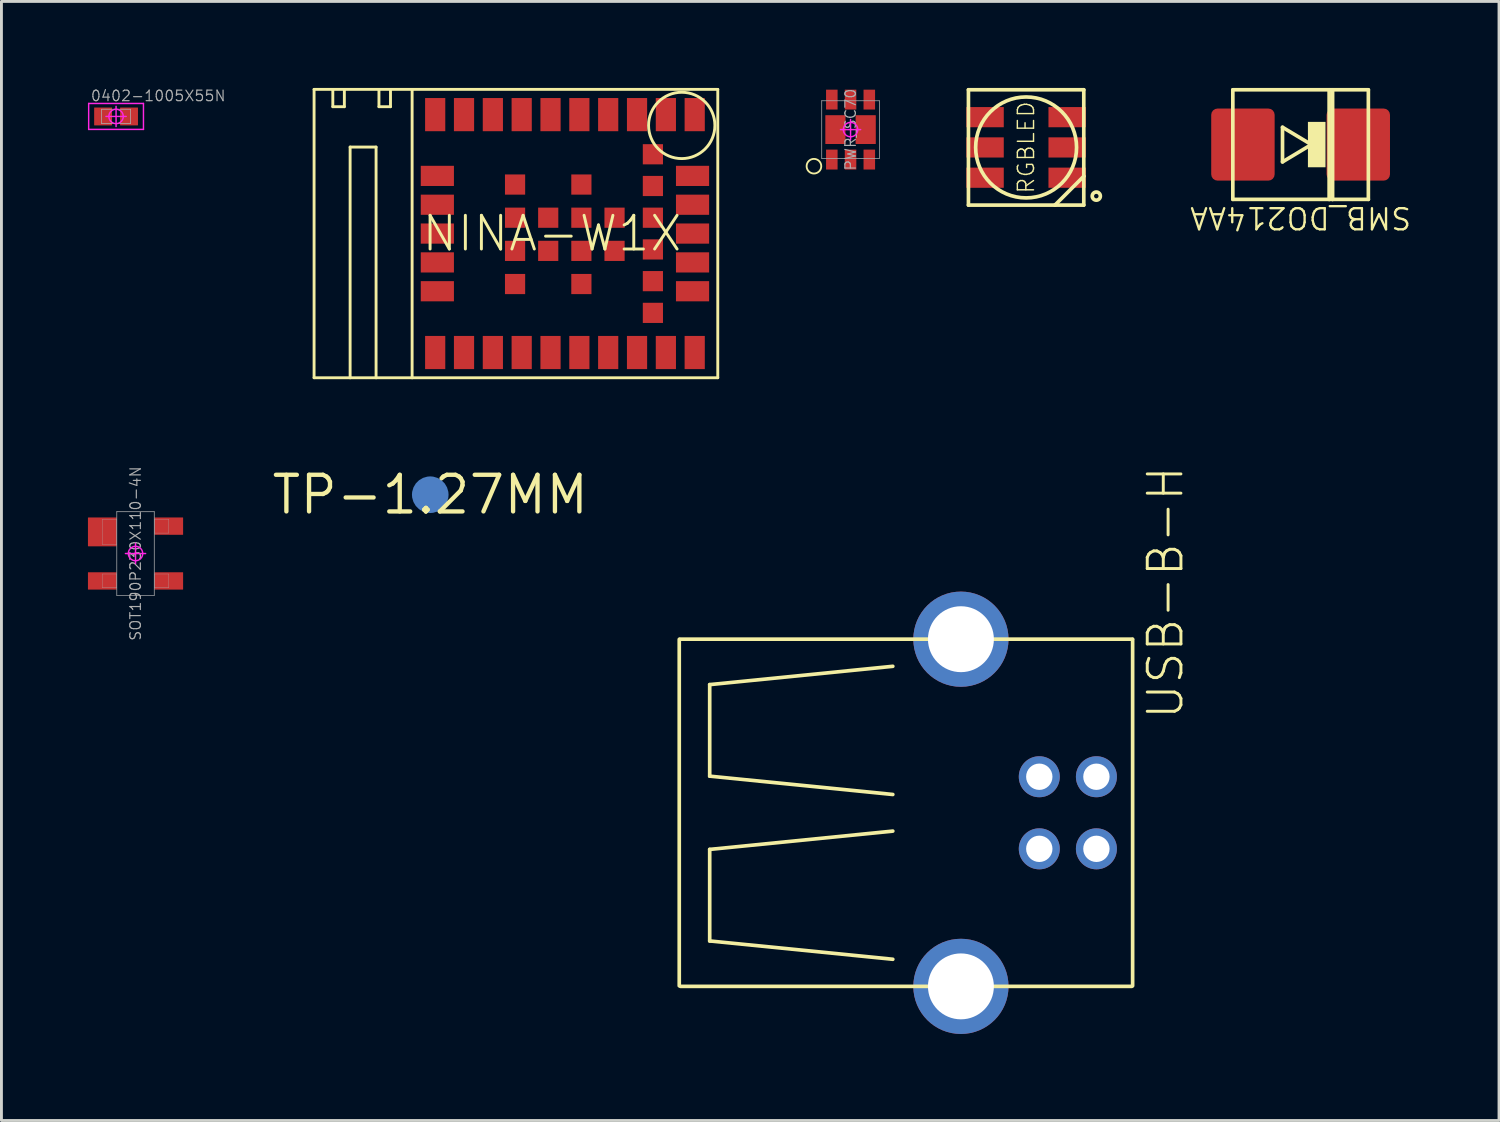
<source format=kicad_pcb>
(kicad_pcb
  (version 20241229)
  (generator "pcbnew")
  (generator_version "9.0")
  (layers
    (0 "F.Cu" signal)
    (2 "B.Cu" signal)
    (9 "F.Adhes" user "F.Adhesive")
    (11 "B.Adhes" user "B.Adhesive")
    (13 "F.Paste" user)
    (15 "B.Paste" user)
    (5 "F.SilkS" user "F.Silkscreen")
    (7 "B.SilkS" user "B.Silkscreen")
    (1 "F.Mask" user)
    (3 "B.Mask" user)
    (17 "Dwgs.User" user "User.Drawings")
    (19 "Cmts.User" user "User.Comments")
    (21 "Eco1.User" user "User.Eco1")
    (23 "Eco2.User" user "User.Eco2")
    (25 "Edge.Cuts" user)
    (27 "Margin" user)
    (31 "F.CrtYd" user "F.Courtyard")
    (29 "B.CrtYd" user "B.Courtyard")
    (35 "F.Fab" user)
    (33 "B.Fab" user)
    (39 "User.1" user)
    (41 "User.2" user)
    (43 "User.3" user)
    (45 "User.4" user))
  (footprint "RGBLED"
    (layer "F.Cu")
    (at 32.535 2.063)
    (property "Reference" "RGBLED" (at 0 0 90) (unlocked yes) (layer "F.SilkS") (effects (font (size 0.561 0.561) (thickness 0.049))))
    (fp_line (start -2 -2) (end 2 -2) (stroke (width 0.127) (type solid)) (layer "F.SilkS"))
    (fp_line (start -2 2) (end -2 -2) (stroke (width 0.127) (type solid)) (layer "F.SilkS"))
    (fp_line (start 1 2) (end -2 2) (stroke (width 0.127) (type solid)) (layer "F.SilkS"))
    (fp_line (start 1 2) (end 2 1) (stroke (width 0.127) (type solid)) (layer "F.SilkS"))
    (fp_line (start 2 -2) (end 2 1) (stroke (width 0.127) (type solid)) (layer "F.SilkS"))
    (fp_line (start 2 1) (end 2 2) (stroke (width 0.127) (type solid)) (layer "F.SilkS"))
    (fp_line (start 2 2) (end 1 2) (stroke (width 0.127) (type solid)) (layer "F.SilkS"))
    (fp_circle (center 0 0) (end 1.75 0) (stroke (width 0.127) (type solid)) (fill no) (layer "F.SilkS"))
    (fp_circle (center 2.434 1.688) (end 2.575 1.688) (stroke (width 0.127) (type solid)) (fill no) (layer "F.SilkS"))
    (pad "1" smd rect (at -1.425 -1.05) (size 1.3 0.7) (layers "F.Cu" "F.Mask" "F.Paste"))
    (pad "2" smd rect (at -1.425 0) (size 1.3 0.7) (layers "F.Cu" "F.Mask" "F.Paste"))
    (pad "3" smd rect (at -1.425 1.05) (size 1.3 0.7) (layers "F.Cu" "F.Mask" "F.Paste"))
    (pad "4" smd rect (at 1.425 1.05) (size 1.3 0.7) (layers "F.Cu" "F.Mask" "F.Paste"))
    (pad "5" smd rect (at 1.425 0) (size 1.3 0.7) (layers "F.Cu" "F.Mask" "F.Paste"))
    (pad "6" smd rect (at 1.425 -1.05) (size 1.3 0.7) (layers "F.Cu" "F.Mask" "F.Paste")))
  (footprint "SMB_DO214AA"
    (layer "F.Cu")
    (at 42.054 1.964)
    (property "Reference" "SMB_DO214AA" (at 0 2.54 180) (unlocked yes) (layer "F.SilkS") (effects (font (size 0.732 0.732) (thickness 0.081))))
    (fp_line (start -2.35 1.9) (end -2.35 -1.9) (stroke (width 0.127) (type solid)) (layer "F.SilkS"))
    (fp_line (start -0.627 -0.6) (end -0.627 0.6) (stroke (width 0.127) (type solid)) (layer "F.SilkS"))
    (fp_line (start -0.627 0.6) (end 0.373 0) (stroke (width 0.127) (type solid)) (layer "F.SilkS"))
    (fp_line (start 0.373 0) (end -0.627 -0.6) (stroke (width 0.127) (type solid)) (layer "F.SilkS"))
    (fp_line (start 0.99 -1.9) (end -2.35 -1.9) (stroke (width 0.127) (type solid)) (layer "F.SilkS"))
    (fp_line (start 0.99 1.9) (end -2.35 1.9) (stroke (width 0.127) (type solid)) (layer "F.SilkS"))
    (fp_line (start 0.99 1.9) (end 0.99 -1.9) (stroke (width 0.127) (type solid)) (layer "F.SilkS"))
    (fp_line (start 1.11 -1.9) (end 0.99 -1.9) (stroke (width 0.127) (type solid)) (layer "F.SilkS"))
    (fp_line (start 1.11 1.9) (end 0.99 1.9) (stroke (width 0.127) (type solid)) (layer "F.SilkS"))
    (fp_line (start 1.11 1.9) (end 1.11 -1.9) (stroke (width 0.127) (type solid)) (layer "F.SilkS"))
    (fp_line (start 2.35 -1.9) (end 1.11 -1.9) (stroke (width 0.127) (type solid)) (layer "F.SilkS"))
    (fp_line (start 2.35 1.9) (end 1.11 1.9) (stroke (width 0.127) (type solid)) (layer "F.SilkS"))
    (fp_line (start 2.35 1.9) (end 2.35 -1.9) (stroke (width 0.127) (type solid)) (layer "F.SilkS"))
    (fp_poly (pts (xy 0.864 -0.787) (xy 0.254 -0.787) (xy 0.254 0.787) (xy 0.864 0.787)) (stroke (width 0) (type default)) (fill yes) (layer "F.SilkS"))
    (pad "A" smd roundrect (at -2 0 270) (size 2.5 2.2) (layers "F.Cu" "F.Mask" "F.Paste") (roundrect_rratio 0.1))
    (pad "C" smd roundrect (at 2 0 270) (size 2.5 2.2) (layers "F.Cu" "F.Mask" "F.Paste") (roundrect_rratio 0.1)))
  (footprint "USB-B-H"
    (layer "F.Cu")
    (at 32.992 25.137)
    (property "Reference" "USB-B-H" (at 5.06 -3.175 90) (unlocked yes) (layer "F.SilkS") (effects (font (size 1.168 1.168) (thickness 0.102)) (justify left bottom)))
    (fp_line (start -12.486 -6.014) (end -12.486 6) (stroke (width 0.127) (type solid)) (layer "F.SilkS"))
    (fp_line (start -11.43 -4.445) (end -11.43 -1.27) (stroke (width 0.127) (type solid)) (layer "F.SilkS"))
    (fp_line (start -11.43 -1.27) (end -5.08 -0.635) (stroke (width 0.127) (type solid)) (layer "F.SilkS"))
    (fp_line (start -11.43 1.27) (end -5.08 0.635) (stroke (width 0.127) (type solid)) (layer "F.SilkS"))
    (fp_line (start -11.43 4.445) (end -11.43 1.27) (stroke (width 0.127) (type solid)) (layer "F.SilkS"))
    (fp_line (start -5.08 -5.08) (end -11.43 -4.445) (stroke (width 0.127) (type solid)) (layer "F.SilkS"))
    (fp_line (start -5.08 5.08) (end -11.43 4.445) (stroke (width 0.127) (type solid)) (layer "F.SilkS"))
    (fp_line (start 3.206 6.02) (end -12.441 6.02) (stroke (width 0.127) (type solid)) (layer "F.SilkS"))
    (fp_line (start 3.231 -6.02) (end -12.466 -6.02) (stroke (width 0.127) (type solid)) (layer "F.SilkS"))
    (fp_line (start 3.237 -6.014) (end 3.237 6) (stroke (width 0.127) (type solid)) (layer "F.SilkS"))
    (pad "D+" thru_hole circle (at 0 -1.25 270) (size 1.422 1.422) (drill 0.914) (layers "*.Cu" "*.Mask"))
    (pad "D-" thru_hole circle (at 1.981 -1.25 90) (size 1.422 1.422) (drill 0.914) (layers "*.Cu" "*.Mask"))
    (pad "GND" thru_hole circle (at 0 1.25 270) (size 1.422 1.422) (drill 0.914) (layers "*.Cu" "*.Mask"))
    (pad "SHIELD1" thru_hole circle (at -2.718 -6.02) (size 3.302 3.302) (drill 2.286) (layers "*.Cu" "*.Mask"))
    (pad "SHIELD2" thru_hole circle (at -2.718 6.02) (size 3.302 3.302) (drill 2.286) (layers "*.Cu" "*.Mask"))
    (pad "VBUS" thru_hole circle (at 1.981 1.25 90) (size 1.422 1.422) (drill 0.914) (layers "*.Cu" "*.Mask")))
  (footprint "NINA-W1X"
    (layer "F.Cu")
    (at 16.092 5.05)
    (property "Reference" "NINA-W1X" (at 0 0 0) (unlocked yes) (layer "F.SilkS") (effects (font (size 1.168 1.168) (thickness 0.102))))
    (fp_line (start -8.25 -5) (end -7.6 -5) (stroke (width 0.1) (type solid)) (layer "F.SilkS"))
    (fp_line (start -8.25 5) (end -8.25 -5) (stroke (width 0.1) (type solid)) (layer "F.SilkS"))
    (fp_line (start -7.6 -5) (end -7.6 -4.4) (stroke (width 0.1) (type solid)) (layer "F.SilkS"))
    (fp_line (start -7.6 -5) (end -7.2 -5) (stroke (width 0.1) (type solid)) (layer "F.SilkS"))
    (fp_line (start -7.6 -4.4) (end -7.2 -4.4) (stroke (width 0.1) (type solid)) (layer "F.SilkS"))
    (fp_line (start -7.2 -5) (end -6 -5) (stroke (width 0.1) (type solid)) (layer "F.SilkS"))
    (fp_line (start -7.2 -4.4) (end -7.2 -5) (stroke (width 0.1) (type solid)) (layer "F.SilkS"))
    (fp_line (start -7 -3) (end -6.1 -3) (stroke (width 0.1) (type solid)) (layer "F.SilkS"))
    (fp_line (start -7 5) (end -8.25 5) (stroke (width 0.1) (type solid)) (layer "F.SilkS"))
    (fp_line (start -7 5) (end -7 -3) (stroke (width 0.1) (type solid)) (layer "F.SilkS"))
    (fp_line (start -6.1 -3) (end -6.1 5) (stroke (width 0.1) (type solid)) (layer "F.SilkS"))
    (fp_line (start -6.1 5) (end -7 5) (stroke (width 0.1) (type solid)) (layer "F.SilkS"))
    (fp_line (start -6 -5) (end -6 -4.4) (stroke (width 0.1) (type solid)) (layer "F.SilkS"))
    (fp_line (start -6 -5) (end -5.6 -5) (stroke (width 0.1) (type solid)) (layer "F.SilkS"))
    (fp_line (start -6 -4.4) (end -5.6 -4.4) (stroke (width 0.1) (type solid)) (layer "F.SilkS"))
    (fp_line (start -5.6 -5) (end -4.85 -5) (stroke (width 0.1) (type solid)) (layer "F.SilkS"))
    (fp_line (start -5.6 -4.4) (end -5.6 -5) (stroke (width 0.1) (type solid)) (layer "F.SilkS"))
    (fp_line (start -4.85 -5) (end 5.75 -5) (stroke (width 0.1) (type solid)) (layer "F.SilkS"))
    (fp_line (start -4.85 5) (end -6.1 5) (stroke (width 0.1) (type solid)) (layer "F.SilkS"))
    (fp_line (start -4.85 5) (end -4.85 -5) (stroke (width 0.1) (type solid)) (layer "F.SilkS"))
    (fp_line (start 5.75 -5) (end 5.75 5) (stroke (width 0.1) (type solid)) (layer "F.SilkS"))
    (fp_line (start 5.75 5) (end -4.85 5) (stroke (width 0.1) (type solid)) (layer "F.SilkS"))
    (fp_circle (center 4.5 -3.75) (end 5.65 -3.75) (stroke (width 0.1) (type solid)) (fill no) (layer "F.SilkS"))
    (pad "1" smd rect (at 4.95 -4.125 90) (size 1.15 0.7) (layers "F.Cu" "F.Mask" "F.Paste"))
    (pad "2" smd rect (at 3.95 -4.125 90) (size 1.15 0.7) (layers "F.Cu" "F.Mask" "F.Paste"))
    (pad "3" smd rect (at 2.95 -4.125 90) (size 1.15 0.7) (layers "F.Cu" "F.Mask" "F.Paste"))
    (pad "4" smd rect (at 1.95 -4.125 90) (size 1.15 0.7) (layers "F.Cu" "F.Mask" "F.Paste"))
    (pad "5" smd rect (at 0.95 -4.125 90) (size 1.15 0.7) (layers "F.Cu" "F.Mask" "F.Paste"))
    (pad "6" smd rect (at -0.05 -4.125 90) (size 1.15 0.7) (layers "F.Cu" "F.Mask" "F.Paste"))
    (pad "7" smd rect (at -1.05 -4.125 90) (size 1.15 0.7) (layers "F.Cu" "F.Mask" "F.Paste"))
    (pad "8" smd rect (at -2.05 -4.125 90) (size 1.15 0.7) (layers "F.Cu" "F.Mask" "F.Paste"))
    (pad "9" smd rect (at -3.05 -4.125 90) (size 1.15 0.7) (layers "F.Cu" "F.Mask" "F.Paste"))
    (pad "10" smd rect (at -4.05 -4.125 90) (size 1.15 0.7) (layers "F.Cu" "F.Mask" "F.Paste"))
    (pad "11" smd rect (at -3.975 -2 180) (size 1.15 0.7) (layers "F.Cu" "F.Mask" "F.Paste"))
    (pad "12" smd rect (at -3.975 -1 180) (size 1.15 0.7) (layers "F.Cu" "F.Mask" "F.Paste"))
    (pad "13" smd rect (at -3.975 0 180) (size 1.15 0.7) (layers "F.Cu" "F.Mask" "F.Paste"))
    (pad "14" smd rect (at -3.975 1 180) (size 1.15 0.7) (layers "F.Cu" "F.Mask" "F.Paste"))
    (pad "15" smd rect (at -3.975 2 180) (size 1.15 0.7) (layers "F.Cu" "F.Mask" "F.Paste"))
    (pad "16" smd rect (at -4.05 4.125 90) (size 1.15 0.7) (layers "F.Cu" "F.Mask" "F.Paste"))
    (pad "17" smd rect (at -3.05 4.125 90) (size 1.15 0.7) (layers "F.Cu" "F.Mask" "F.Paste"))
    (pad "18" smd rect (at -2.05 4.125 90) (size 1.15 0.7) (layers "F.Cu" "F.Mask" "F.Paste"))
    (pad "19" smd rect (at -1.05 4.125 90) (size 1.15 0.7) (layers "F.Cu" "F.Mask" "F.Paste"))
    (pad "20" smd rect (at -0.05 4.125 90) (size 1.15 0.7) (layers "F.Cu" "F.Mask" "F.Paste"))
    (pad "21" smd rect (at 0.95 4.125 90) (size 1.15 0.7) (layers "F.Cu" "F.Mask" "F.Paste"))
    (pad "22" smd rect (at 1.95 4.125 90) (size 1.15 0.7) (layers "F.Cu" "F.Mask" "F.Paste"))
    (pad "23" smd rect (at 2.95 4.125 90) (size 1.15 0.7) (layers "F.Cu" "F.Mask" "F.Paste"))
    (pad "24" smd rect (at 3.95 4.125 90) (size 1.15 0.7) (layers "F.Cu" "F.Mask" "F.Paste"))
    (pad "25" smd rect (at 4.95 4.125 90) (size 1.15 0.7) (layers "F.Cu" "F.Mask" "F.Paste"))
    (pad "26" smd rect (at 4.875 2 180) (size 1.15 0.7) (layers "F.Cu" "F.Mask" "F.Paste"))
    (pad "27" smd rect (at 4.875 1 180) (size 1.15 0.7) (layers "F.Cu" "F.Mask" "F.Paste"))
    (pad "28" smd rect (at 4.875 0 180) (size 1.15 0.7) (layers "F.Cu" "F.Mask" "F.Paste"))
    (pad "29" smd rect (at 4.875 -1 180) (size 1.15 0.7) (layers "F.Cu" "F.Mask" "F.Paste"))
    (pad "30" smd rect (at 4.875 -2 180) (size 1.15 0.7) (layers "F.Cu" "F.Mask" "F.Paste"))
    (pad "31" smd rect (at 3.5 -2.75 180) (size 0.7 0.7) (layers "F.Cu" "F.Mask" "F.Paste"))
    (pad "32" smd rect (at 3.5 -1.65 180) (size 0.7 0.7) (layers "F.Cu" "F.Mask" "F.Paste"))
    (pad "33" smd rect (at 3.5 -0.55 180) (size 0.7 0.7) (layers "F.Cu" "F.Mask" "F.Paste"))
    (pad "34" smd rect (at 3.5 0.55 180) (size 0.7 0.7) (layers "F.Cu" "F.Mask" "F.Paste"))
    (pad "35" smd rect (at 3.5 1.65 180) (size 0.7 0.7) (layers "F.Cu" "F.Mask" "F.Paste"))
    (pad "36" smd rect (at 3.5 2.75 180) (size 0.7 0.7) (layers "F.Cu" "F.Mask" "F.Paste"))
    (pad "GND@1" smd rect (at -1.28 -1.7 180) (size 0.7 0.7) (layers "F.Cu" "F.Mask" "F.Paste"))
    (pad "GND@2" smd rect (at -1.28 -0.55 180) (size 0.7 0.7) (layers "F.Cu" "F.Mask" "F.Paste"))
    (pad "GND@3" smd rect (at -1.28 0.6 180) (size 0.7 0.7) (layers "F.Cu" "F.Mask" "F.Paste"))
    (pad "GND@4" smd rect (at -1.28 1.75 180) (size 0.7 0.7) (layers "F.Cu" "F.Mask" "F.Paste"))
    (pad "GND@5" smd rect (at -0.13 -0.55 180) (size 0.7 0.7) (layers "F.Cu" "F.Mask" "F.Paste"))
    (pad "GND@6" smd rect (at -0.13 0.6 180) (size 0.7 0.7) (layers "F.Cu" "F.Mask" "F.Paste"))
    (pad "GND@7" smd rect (at 1.02 -1.7 180) (size 0.7 0.7) (layers "F.Cu" "F.Mask" "F.Paste"))
    (pad "GND@8" smd rect (at 1.02 -0.55 180) (size 0.7 0.7) (layers "F.Cu" "F.Mask" "F.Paste"))
    (pad "GND@9" smd rect (at 1.02 0.6 180) (size 0.7 0.7) (layers "F.Cu" "F.Mask" "F.Paste"))
    (pad "GND@10" smd rect (at 1.02 1.75 180) (size 0.7 0.7) (layers "F.Cu" "F.Mask" "F.Paste"))
    (pad "GND@11" smd rect (at 2.17 -0.55 180) (size 0.7 0.7) (layers "F.Cu" "F.Mask" "F.Paste"))
    (pad "GND@12" smd rect (at 2.17 0.6 180) (size 0.7 0.7) (layers "F.Cu" "F.Mask" "F.Paste")))
  (footprint "SOT190P230X110-4N"
    (layer "F.Cu")
    (at 1.65 16.146)
    (property "Reference" "SOT190P230X110-4N" (at 0 0 90) (unlocked yes) (layer "F.Fab") (effects (font (size 0.366 0.366) (thickness 0.041))))
    (fp_line (start -0.35 0) (end 0.35 0) (stroke (width 0.05) (type solid)) (layer "F.CrtYd"))
    (fp_line (start 0 0.35) (end 0 -0.35) (stroke (width 0.05) (type solid)) (layer "F.CrtYd"))
    (fp_circle (center 0 0) (end 0.25 0) (stroke (width 0.05) (type solid)) (fill no) (layer "F.CrtYd"))
    (fp_line (start -1.15 -1.19) (end -1.15 -0.31) (stroke (width 0.01) (type solid)) (layer "F.Fab"))
    (fp_line (start -1.15 -0.31) (end -0.65 -0.31) (stroke (width 0.01) (type solid)) (layer "F.Fab"))
    (fp_line (start -1.15 0.71) (end -1.15 1.19) (stroke (width 0.01) (type solid)) (layer "F.Fab"))
    (fp_line (start -1.15 1.19) (end -0.65 1.19) (stroke (width 0.01) (type solid)) (layer "F.Fab"))
    (fp_line (start -0.65 -1.45) (end -0.65 1.45) (stroke (width 0.025) (type solid)) (layer "F.Fab"))
    (fp_line (start -0.65 -1.19) (end -1.15 -1.19) (stroke (width 0.01) (type solid)) (layer "F.Fab"))
    (fp_line (start -0.65 -0.31) (end -0.65 -1.19) (stroke (width 0.01) (type solid)) (layer "F.Fab"))
    (fp_line (start -0.65 0.71) (end -1.15 0.71) (stroke (width 0.01) (type solid)) (layer "F.Fab"))
    (fp_line (start -0.65 1.19) (end -0.65 0.71) (stroke (width 0.01) (type solid)) (layer "F.Fab"))
    (fp_line (start -0.65 1.45) (end 0.65 1.45) (stroke (width 0.025) (type solid)) (layer "F.Fab"))
    (fp_line (start 0.65 -1.45) (end -0.65 -1.45) (stroke (width 0.025) (type solid)) (layer "F.Fab"))
    (fp_line (start 0.65 -1.19) (end 0.65 -0.71) (stroke (width 0.01) (type solid)) (layer "F.Fab"))
    (fp_line (start 0.65 -0.71) (end 1.15 -0.71) (stroke (width 0.01) (type solid)) (layer "F.Fab"))
    (fp_line (start 0.65 0.71) (end 0.65 1.19) (stroke (width 0.01) (type solid)) (layer "F.Fab"))
    (fp_line (start 0.65 1.19) (end 1.15 1.19) (stroke (width 0.01) (type solid)) (layer "F.Fab"))
    (fp_line (start 0.65 1.45) (end 0.65 -1.45) (stroke (width 0.025) (type solid)) (layer "F.Fab"))
    (fp_line (start 1.15 -1.19) (end 0.65 -1.19) (stroke (width 0.01) (type solid)) (layer "F.Fab"))
    (fp_line (start 1.15 -0.71) (end 1.15 -1.19) (stroke (width 0.01) (type solid)) (layer "F.Fab"))
    (fp_line (start 1.15 0.71) (end 0.65 0.71) (stroke (width 0.01) (type solid)) (layer "F.Fab"))
    (fp_line (start 1.15 1.19) (end 1.15 0.71) (stroke (width 0.01) (type solid)) (layer "F.Fab"))
    (pad "1" smd roundrect (at -1.15 -0.75) (size 1 1) (layers "F.Cu" "F.Mask" "F.Paste") (roundrect_rratio 0.015))
    (pad "2" smd roundrect (at -1.15 0.95) (size 1 0.6) (layers "F.Cu" "F.Mask" "F.Paste") (roundrect_rratio 0.015))
    (pad "3" smd roundrect (at 1.15 0.95) (size 1 0.6) (layers "F.Cu" "F.Mask" "F.Paste") (roundrect_rratio 0.015))
    (pad "4" smd roundrect (at 1.15 -0.95) (size 1 0.6) (layers "F.Cu" "F.Mask" "F.Paste") (roundrect_rratio 0.015)))
  (footprint "TP-1.27MM"
    (layer "F.Cu")
    (at 11.871 14.106)
    (property "Reference" "TP-1.27MM" (at 0 0 0) (layer "F.SilkS") (effects (font (size 1.27 1.27) (thickness 0.15))))
    (pad "X" smd roundrect (at 0 0) (size 1.27 1.27) (layers "B.Cu" "B.Mask") (roundrect_rratio 0.5)))
  (footprint "0402-1005X55N"
    (layer "F.Cu")
    (at 0.975 0.988)
    (property "Reference" "0402-1005X55N" (at -0.9 -0.5 0) (unlocked yes) (layer "F.Fab") (effects (font (size 0.366 0.366) (thickness 0.041)) (justify left bottom)))
    (fp_line (start -0.95 -0.45) (end 0.95 -0.45) (stroke (width 0.05) (type solid)) (layer "F.CrtYd"))
    (fp_line (start -0.95 0.45) (end -0.95 -0.45) (stroke (width 0.05) (type solid)) (layer "F.CrtYd"))
    (fp_line (start -0.35 0) (end 0.35 0) (stroke (width 0.05) (type solid)) (layer "F.CrtYd"))
    (fp_line (start 0 0.35) (end 0 -0.35) (stroke (width 0.05) (type solid)) (layer "F.CrtYd"))
    (fp_line (start 0.95 -0.45) (end 0.95 0.45) (stroke (width 0.05) (type solid)) (layer "F.CrtYd"))
    (fp_line (start 0.95 0.45) (end -0.95 0.45) (stroke (width 0.05) (type solid)) (layer "F.CrtYd"))
    (fp_circle (center 0 0) (end 0.25 0) (stroke (width 0.05) (type solid)) (fill no) (layer "F.CrtYd"))
    (fp_line (start -0.5 -0.25) (end -0.5 0.25) (stroke (width 0.025) (type solid)) (layer "F.Fab"))
    (fp_line (start -0.5 0.25) (end 0.5 0.25) (stroke (width 0.025) (type solid)) (layer "F.Fab"))
    (fp_line (start 0.5 -0.25) (end -0.5 -0.25) (stroke (width 0.025) (type solid)) (layer "F.Fab"))
    (fp_line (start 0.5 0.25) (end 0.5 -0.25) (stroke (width 0.025) (type solid)) (layer "F.Fab"))
    (pad "1" smd roundrect (at -0.45 0) (size 0.62 0.62) (layers "F.Cu" "F.Mask" "F.Paste") (roundrect_rratio 0.015))
    (pad "2" smd roundrect (at 0.45 0) (size 0.62 0.62) (layers "F.Cu" "F.Mask" "F.Paste") (roundrect_rratio 0.015)))
  (footprint "PWR_SC70"
    (layer "F.Cu")
    (at 26.447 1.444)
    (property "Reference" "PWR_SC70" (at 0 0 90) (unlocked yes) (layer "F.Fab") (effects (font (size 0.366 0.366) (thickness 0.041))))
    (fp_circle (center -1.27 1.27) (end -1.016 1.27) (stroke (width 0.064) (type solid)) (fill no) (layer "F.SilkS"))
    (fp_line (start 0 -0.35) (end 0 0.35) (stroke (width 0.05) (type solid)) (layer "F.CrtYd"))
    (fp_line (start 0.35 0) (end -0.35 0) (stroke (width 0.05) (type solid)) (layer "F.CrtYd"))
    (fp_circle (center 0 0) (end 0.25 0) (stroke (width 0.05) (type solid)) (fill no) (layer "F.CrtYd"))
    (fp_line (start -1 -1) (end -1 1) (stroke (width 0.025) (type solid)) (layer "F.Fab"))
    (fp_line (start -1 1) (end 1 1) (stroke (width 0.025) (type solid)) (layer "F.Fab"))
    (fp_line (start 1 -1) (end -1 -1) (stroke (width 0.025) (type solid)) (layer "F.Fab"))
    (fp_line (start 1 1) (end 1 -1) (stroke (width 0.025) (type solid)) (layer "F.Fab"))
    (pad "D1" smd roundrect (at -0.65 -1.04 90) (size 0.69 0.4) (layers "F.Cu" "F.Mask" "F.Paste") (roundrect_rratio 0.015))
    (pad "D1'" smd roundrect (at -0.525 0 90) (size 1 0.7) (layers "F.Cu" "F.Mask" "F.Paste") (roundrect_rratio 0.015))
    (pad "D2" smd roundrect (at 0.65 1.04 90) (size 0.69 0.4) (layers "F.Cu" "F.Mask" "F.Paste") (roundrect_rratio 0.015))
    (pad "D2'" smd roundrect (at 0.525 0 90) (size 1 0.7) (layers "F.Cu" "F.Mask" "F.Paste") (roundrect_rratio 0.015))
    (pad "G1" smd roundrect (at 0 1.04 90) (size 0.69 0.4) (layers "F.Cu" "F.Mask" "F.Paste") (roundrect_rratio 0.015))
    (pad "G2" smd roundrect (at 0 -1.04 90) (size 0.69 0.4) (layers "F.Cu" "F.Mask" "F.Paste") (roundrect_rratio 0.015))
    (pad "S1" smd roundrect (at -0.65 1.04 90) (size 0.69 0.4) (layers "F.Cu" "F.Mask" "F.Paste") (roundrect_rratio 0.015))
    (pad "S2" smd roundrect (at 0.65 -1.04 90) (size 0.69 0.4) (layers "F.Cu" "F.Mask" "F.Paste") (roundrect_rratio 0.015)))
  (gr_rect
    (start -3 -3)
    (end 48.935 35.808)
    (stroke (width 0.1) (type default))
    (fill no)
    (layer "Edge.Cuts")))
</source>
